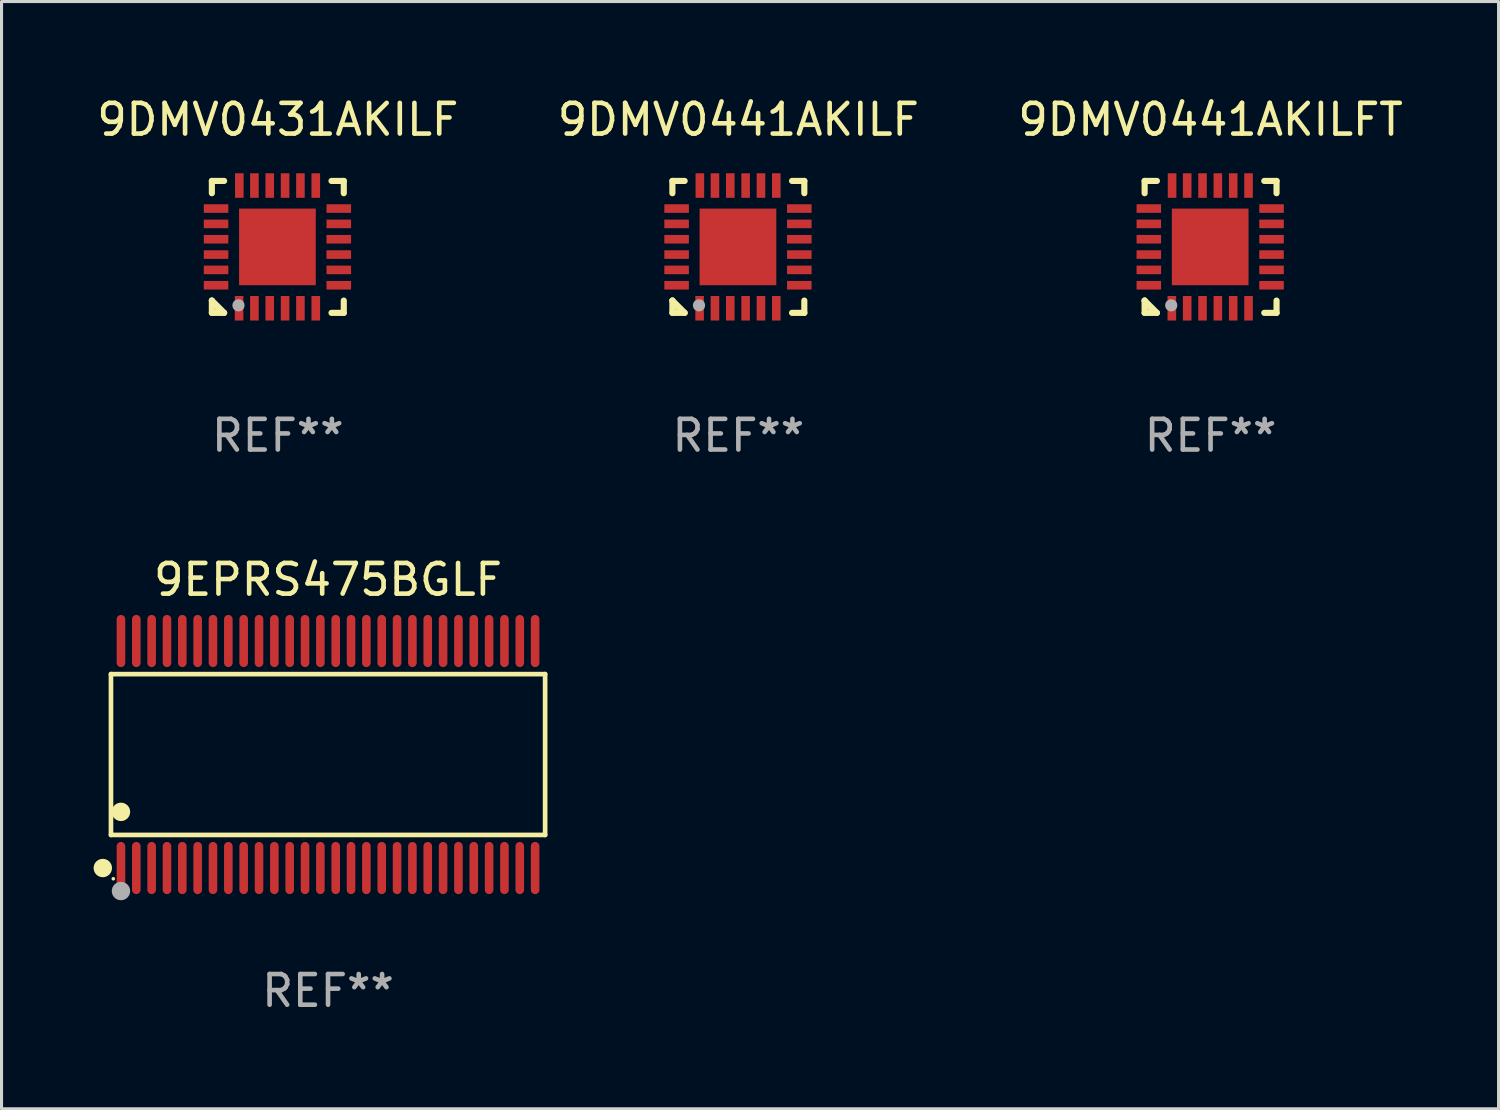
<source format=kicad_pcb>
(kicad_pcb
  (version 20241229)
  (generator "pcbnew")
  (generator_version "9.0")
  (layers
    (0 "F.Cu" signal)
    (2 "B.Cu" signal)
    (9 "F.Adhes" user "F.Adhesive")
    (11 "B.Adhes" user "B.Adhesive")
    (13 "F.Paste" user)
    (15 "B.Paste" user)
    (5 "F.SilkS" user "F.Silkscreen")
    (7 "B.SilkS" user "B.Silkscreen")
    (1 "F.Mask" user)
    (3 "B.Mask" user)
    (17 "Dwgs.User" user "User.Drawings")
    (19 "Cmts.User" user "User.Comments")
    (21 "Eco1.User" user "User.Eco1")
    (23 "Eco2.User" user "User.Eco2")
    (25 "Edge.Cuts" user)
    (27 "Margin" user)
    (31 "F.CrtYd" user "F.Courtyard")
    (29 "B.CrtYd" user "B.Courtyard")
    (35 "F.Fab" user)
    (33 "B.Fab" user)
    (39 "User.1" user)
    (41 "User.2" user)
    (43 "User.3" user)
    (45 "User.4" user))
  (footprint "9DMV0441AKILFT"
    (layer "F.Cu")
    (at 36.411 4.998)
    (property "Reference" "9DMV0441AKILFT" (at 0 -4.15 0) (layer "F.SilkS") (effects (font (size 1 1) (thickness 0.15))))
    (attr through_hole)
    (fp_line (start -2.15 -2.15) (end -1.75 -2.15) (stroke (width 0.2) (type solid)) (layer "F.SilkS"))
    (fp_line (start -2.15 -1.75) (end -2.15 -2.15) (stroke (width 0.2) (type solid)) (layer "F.SilkS"))
    (fp_line (start -2.15 1.75) (end -2.15 1.75) (stroke (width 0.2) (type solid)) (layer "F.SilkS"))
    (fp_line (start -2.15 1.75) (end -1.75 2.15) (stroke (width 0.2) (type solid)) (layer "F.SilkS"))
    (fp_line (start -2.15 2.15) (end -2.15 1.75) (stroke (width 0.2) (type solid)) (layer "F.SilkS"))
    (fp_line (start -1.75 2.15) (end -2.15 2.15) (stroke (width 0.2) (type solid)) (layer "F.SilkS"))
    (fp_line (start 2.15 -2.15) (end 1.75 -2.15) (stroke (width 0.2) (type solid)) (layer "F.SilkS"))
    (fp_line (start 2.15 -1.75) (end 2.15 -2.15) (stroke (width 0.2) (type solid)) (layer "F.SilkS"))
    (fp_line (start 2.15 1.75) (end 2.15 2.15) (stroke (width 0.2) (type solid)) (layer "F.SilkS"))
    (fp_line (start 2.15 2.15) (end 1.75 2.15) (stroke (width 0.2) (type solid)) (layer "F.SilkS"))
    (fp_circle (center -2.013 2) (end -1.983 2) (stroke (width 0.06) (type solid)) (fill no) (layer "F.SilkS"))
    (fp_circle (center -1.283 1.905) (end -1.183 1.905) (stroke (width 0.2) (type solid)) (fill no) (layer "F.Fab"))
    (fp_text user "REF**" (at 0 6.15 0) (layer "F.Fab") (effects (font (size 1 1) (thickness 0.15))))
    (pad "1" smd rect (at -1.263 2 180) (size 0.28 0.8) (layers "F.Cu" "F.Mask" "F.Paste"))
    (pad "2" smd rect (at -0.763 2 180) (size 0.28 0.8) (layers "F.Cu" "F.Mask" "F.Paste"))
    (pad "3" smd rect (at -0.263 2 180) (size 0.28 0.8) (layers "F.Cu" "F.Mask" "F.Paste"))
    (pad "4" smd rect (at 0.237 2 180) (size 0.28 0.8) (layers "F.Cu" "F.Mask" "F.Paste"))
    (pad "5" smd rect (at 0.737 2 180) (size 0.28 0.8) (layers "F.Cu" "F.Mask" "F.Paste"))
    (pad "6" smd rect (at 1.237 2 180) (size 0.28 0.8) (layers "F.Cu" "F.Mask" "F.Paste"))
    (pad "7" smd rect (at 1.987 1.25 90) (size 0.28 0.8) (layers "F.Cu" "F.Mask" "F.Paste"))
    (pad "8" smd rect (at 1.987 0.75 90) (size 0.28 0.8) (layers "F.Cu" "F.Mask" "F.Paste"))
    (pad "9" smd rect (at 1.987 0.25 90) (size 0.28 0.8) (layers "F.Cu" "F.Mask" "F.Paste"))
    (pad "10" smd rect (at 1.987 -0.25 90) (size 0.28 0.8) (layers "F.Cu" "F.Mask" "F.Paste"))
    (pad "11" smd rect (at 1.987 -0.75 90) (size 0.28 0.8) (layers "F.Cu" "F.Mask" "F.Paste"))
    (pad "12" smd rect (at 1.987 -1.25 90) (size 0.28 0.8) (layers "F.Cu" "F.Mask" "F.Paste"))
    (pad "13" smd rect (at 1.237 -2 180) (size 0.28 0.8) (layers "F.Cu" "F.Mask" "F.Paste"))
    (pad "14" smd rect (at 0.737 -2 180) (size 0.28 0.8) (layers "F.Cu" "F.Mask" "F.Paste"))
    (pad "15" smd rect (at 0.237 -2 180) (size 0.28 0.8) (layers "F.Cu" "F.Mask" "F.Paste"))
    (pad "16" smd rect (at -0.263 -2 180) (size 0.28 0.8) (layers "F.Cu" "F.Mask" "F.Paste"))
    (pad "17" smd rect (at -0.763 -2 180) (size 0.28 0.8) (layers "F.Cu" "F.Mask" "F.Paste"))
    (pad "18" smd rect (at -1.255 -2 180) (size 0.28 0.8) (layers "F.Cu" "F.Mask" "F.Paste"))
    (pad "19" smd rect (at -2.013 -1.25 90) (size 0.28 0.8) (layers "F.Cu" "F.Mask" "F.Paste"))
    (pad "20" smd rect (at -2.013 -0.75 90) (size 0.28 0.8) (layers "F.Cu" "F.Mask" "F.Paste"))
    (pad "21" smd rect (at -2.013 -0.25 90) (size 0.28 0.8) (layers "F.Cu" "F.Mask" "F.Paste"))
    (pad "22" smd rect (at -2.013 0.25 90) (size 0.28 0.8) (layers "F.Cu" "F.Mask" "F.Paste"))
    (pad "23" smd rect (at -2.013 0.75 90) (size 0.28 0.8) (layers "F.Cu" "F.Mask" "F.Paste"))
    (pad "24" smd rect (at -2.013 1.25 90) (size 0.28 0.8) (layers "F.Cu" "F.Mask" "F.Paste"))
    (pad "25" smd rect (at -0.013 0 90) (size 2.5 2.5) (layers "F.Cu" "F.Mask" "F.Paste")))
  (footprint "9DMV0441AKILF"
    (layer "F.Cu")
    (at 21.018 4.998)
    (property "Reference" "9DMV0441AKILF" (at 0 -4.15 0) (layer "F.SilkS") (effects (font (size 1 1) (thickness 0.15))))
    (attr through_hole)
    (fp_line (start -2.15 -2.15) (end -1.75 -2.15) (stroke (width 0.2) (type solid)) (layer "F.SilkS"))
    (fp_line (start -2.15 -1.75) (end -2.15 -2.15) (stroke (width 0.2) (type solid)) (layer "F.SilkS"))
    (fp_line (start -2.15 1.75) (end -2.15 1.75) (stroke (width 0.2) (type solid)) (layer "F.SilkS"))
    (fp_line (start -2.15 1.75) (end -1.75 2.15) (stroke (width 0.2) (type solid)) (layer "F.SilkS"))
    (fp_line (start -2.15 2.15) (end -2.15 1.75) (stroke (width 0.2) (type solid)) (layer "F.SilkS"))
    (fp_line (start -1.75 2.15) (end -2.15 2.15) (stroke (width 0.2) (type solid)) (layer "F.SilkS"))
    (fp_line (start 2.15 -2.15) (end 1.75 -2.15) (stroke (width 0.2) (type solid)) (layer "F.SilkS"))
    (fp_line (start 2.15 -1.75) (end 2.15 -2.15) (stroke (width 0.2) (type solid)) (layer "F.SilkS"))
    (fp_line (start 2.15 1.75) (end 2.15 2.15) (stroke (width 0.2) (type solid)) (layer "F.SilkS"))
    (fp_line (start 2.15 2.15) (end 1.75 2.15) (stroke (width 0.2) (type solid)) (layer "F.SilkS"))
    (fp_circle (center -2.013 2) (end -1.983 2) (stroke (width 0.06) (type solid)) (fill no) (layer "F.SilkS"))
    (fp_circle (center -1.283 1.905) (end -1.183 1.905) (stroke (width 0.2) (type solid)) (fill no) (layer "F.Fab"))
    (fp_text user "REF**" (at 0 6.15 0) (layer "F.Fab") (effects (font (size 1 1) (thickness 0.15))))
    (pad "1" smd rect (at -1.263 2 180) (size 0.28 0.8) (layers "F.Cu" "F.Mask" "F.Paste"))
    (pad "2" smd rect (at -0.763 2 180) (size 0.28 0.8) (layers "F.Cu" "F.Mask" "F.Paste"))
    (pad "3" smd rect (at -0.263 2 180) (size 0.28 0.8) (layers "F.Cu" "F.Mask" "F.Paste"))
    (pad "4" smd rect (at 0.237 2 180) (size 0.28 0.8) (layers "F.Cu" "F.Mask" "F.Paste"))
    (pad "5" smd rect (at 0.737 2 180) (size 0.28 0.8) (layers "F.Cu" "F.Mask" "F.Paste"))
    (pad "6" smd rect (at 1.237 2 180) (size 0.28 0.8) (layers "F.Cu" "F.Mask" "F.Paste"))
    (pad "7" smd rect (at 1.987 1.25 90) (size 0.28 0.8) (layers "F.Cu" "F.Mask" "F.Paste"))
    (pad "8" smd rect (at 1.987 0.75 90) (size 0.28 0.8) (layers "F.Cu" "F.Mask" "F.Paste"))
    (pad "9" smd rect (at 1.987 0.25 90) (size 0.28 0.8) (layers "F.Cu" "F.Mask" "F.Paste"))
    (pad "10" smd rect (at 1.987 -0.25 90) (size 0.28 0.8) (layers "F.Cu" "F.Mask" "F.Paste"))
    (pad "11" smd rect (at 1.987 -0.75 90) (size 0.28 0.8) (layers "F.Cu" "F.Mask" "F.Paste"))
    (pad "12" smd rect (at 1.987 -1.25 90) (size 0.28 0.8) (layers "F.Cu" "F.Mask" "F.Paste"))
    (pad "13" smd rect (at 1.237 -2 180) (size 0.28 0.8) (layers "F.Cu" "F.Mask" "F.Paste"))
    (pad "14" smd rect (at 0.737 -2 180) (size 0.28 0.8) (layers "F.Cu" "F.Mask" "F.Paste"))
    (pad "15" smd rect (at 0.237 -2 180) (size 0.28 0.8) (layers "F.Cu" "F.Mask" "F.Paste"))
    (pad "16" smd rect (at -0.263 -2 180) (size 0.28 0.8) (layers "F.Cu" "F.Mask" "F.Paste"))
    (pad "17" smd rect (at -0.763 -2 180) (size 0.28 0.8) (layers "F.Cu" "F.Mask" "F.Paste"))
    (pad "18" smd rect (at -1.255 -2 180) (size 0.28 0.8) (layers "F.Cu" "F.Mask" "F.Paste"))
    (pad "19" smd rect (at -2.013 -1.25 90) (size 0.28 0.8) (layers "F.Cu" "F.Mask" "F.Paste"))
    (pad "20" smd rect (at -2.013 -0.75 90) (size 0.28 0.8) (layers "F.Cu" "F.Mask" "F.Paste"))
    (pad "21" smd rect (at -2.013 -0.25 90) (size 0.28 0.8) (layers "F.Cu" "F.Mask" "F.Paste"))
    (pad "22" smd rect (at -2.013 0.25 90) (size 0.28 0.8) (layers "F.Cu" "F.Mask" "F.Paste"))
    (pad "23" smd rect (at -2.013 0.75 90) (size 0.28 0.8) (layers "F.Cu" "F.Mask" "F.Paste"))
    (pad "24" smd rect (at -2.013 1.25 90) (size 0.28 0.8) (layers "F.Cu" "F.Mask" "F.Paste"))
    (pad "25" smd rect (at -0.013 0 90) (size 2.5 2.5) (layers "F.Cu" "F.Mask" "F.Paste")))
  (footprint "9EPRS475BGLF"
    (layer "F.Cu")
    (at 7.643 21.545)
    (property "Reference" "9EPRS475BGLF" (at 0 -5.7 0) (layer "F.SilkS") (effects (font (size 1 1) (thickness 0.15))))
    (attr through_hole)
    (fp_line (start -7.076 -2.621) (end 7.076 -2.621) (stroke (width 0.152) (type solid)) (layer "F.SilkS"))
    (fp_line (start -7.076 2.621) (end -7.076 -2.621) (stroke (width 0.152) (type solid)) (layer "F.SilkS"))
    (fp_line (start 7.076 -2.621) (end 7.076 2.621) (stroke (width 0.152) (type solid)) (layer "F.SilkS"))
    (fp_line (start 7.076 2.621) (end -7.076 2.621) (stroke (width 0.152) (type solid)) (layer "F.SilkS"))
    (fp_circle (center -7.342 3.7) (end -7.192 3.7) (stroke (width 0.3) (type solid)) (fill no) (layer "F.SilkS"))
    (fp_circle (center -7 4.05) (end -6.97 4.05) (stroke (width 0.06) (type solid)) (fill no) (layer "F.SilkS"))
    (fp_circle (center -6.75 1.869) (end -6.6 1.869) (stroke (width 0.3) (type solid)) (fill no) (layer "F.SilkS"))
    (fp_circle (center -6.75 4.45) (end -6.6 4.45) (stroke (width 0.3) (type solid)) (fill no) (layer "F.Fab"))
    (fp_text user "REF**" (at 0 7.7 0) (layer "F.Fab") (effects (font (size 1 1) (thickness 0.15))))
    (pad "1" smd oval (at -6.75 3.7) (size 0.28 1.7) (layers "F.Cu" "F.Mask" "F.Paste"))
    (pad "2" smd oval (at -6.25 3.7) (size 0.28 1.7) (layers "F.Cu" "F.Mask" "F.Paste"))
    (pad "3" smd oval (at -5.75 3.7) (size 0.28 1.7) (layers "F.Cu" "F.Mask" "F.Paste"))
    (pad "4" smd oval (at -5.25 3.7) (size 0.28 1.7) (layers "F.Cu" "F.Mask" "F.Paste"))
    (pad "5" smd oval (at -4.75 3.7) (size 0.28 1.7) (layers "F.Cu" "F.Mask" "F.Paste"))
    (pad "6" smd oval (at -4.25 3.7) (size 0.28 1.7) (layers "F.Cu" "F.Mask" "F.Paste"))
    (pad "7" smd oval (at -3.75 3.7) (size 0.28 1.7) (layers "F.Cu" "F.Mask" "F.Paste"))
    (pad "8" smd oval (at -3.25 3.7) (size 0.28 1.7) (layers "F.Cu" "F.Mask" "F.Paste"))
    (pad "9" smd oval (at -2.75 3.7) (size 0.28 1.7) (layers "F.Cu" "F.Mask" "F.Paste"))
    (pad "10" smd oval (at -2.25 3.7) (size 0.28 1.7) (layers "F.Cu" "F.Mask" "F.Paste"))
    (pad "11" smd oval (at -1.75 3.7) (size 0.28 1.7) (layers "F.Cu" "F.Mask" "F.Paste"))
    (pad "12" smd oval (at -1.25 3.7) (size 0.28 1.7) (layers "F.Cu" "F.Mask" "F.Paste"))
    (pad "13" smd oval (at -0.75 3.7) (size 0.28 1.7) (layers "F.Cu" "F.Mask" "F.Paste"))
    (pad "14" smd oval (at -0.25 3.7) (size 0.28 1.7) (layers "F.Cu" "F.Mask" "F.Paste"))
    (pad "15" smd oval (at 0.25 3.7) (size 0.28 1.7) (layers "F.Cu" "F.Mask" "F.Paste"))
    (pad "16" smd oval (at 0.75 3.7) (size 0.28 1.7) (layers "F.Cu" "F.Mask" "F.Paste"))
    (pad "17" smd oval (at 1.25 3.7) (size 0.28 1.7) (layers "F.Cu" "F.Mask" "F.Paste"))
    (pad "18" smd oval (at 1.75 3.7) (size 0.28 1.7) (layers "F.Cu" "F.Mask" "F.Paste"))
    (pad "19" smd oval (at 2.25 3.7) (size 0.28 1.7) (layers "F.Cu" "F.Mask" "F.Paste"))
    (pad "20" smd oval (at 2.75 3.7) (size 0.28 1.7) (layers "F.Cu" "F.Mask" "F.Paste"))
    (pad "21" smd oval (at 3.25 3.7) (size 0.28 1.7) (layers "F.Cu" "F.Mask" "F.Paste"))
    (pad "22" smd oval (at 3.75 3.7) (size 0.28 1.7) (layers "F.Cu" "F.Mask" "F.Paste"))
    (pad "23" smd oval (at 4.25 3.7) (size 0.28 1.7) (layers "F.Cu" "F.Mask" "F.Paste"))
    (pad "24" smd oval (at 4.75 3.7) (size 0.28 1.7) (layers "F.Cu" "F.Mask" "F.Paste"))
    (pad "25" smd oval (at 5.25 3.7) (size 0.28 1.7) (layers "F.Cu" "F.Mask" "F.Paste"))
    (pad "26" smd oval (at 5.75 3.7) (size 0.28 1.7) (layers "F.Cu" "F.Mask" "F.Paste"))
    (pad "27" smd oval (at 6.25 3.7) (size 0.28 1.7) (layers "F.Cu" "F.Mask" "F.Paste"))
    (pad "28" smd oval (at 6.75 3.7) (size 0.28 1.7) (layers "F.Cu" "F.Mask" "F.Paste"))
    (pad "29" smd oval (at 6.75 -3.7) (size 0.28 1.7) (layers "F.Cu" "F.Mask" "F.Paste"))
    (pad "30" smd oval (at 6.25 -3.7) (size 0.28 1.7) (layers "F.Cu" "F.Mask" "F.Paste"))
    (pad "31" smd oval (at 5.75 -3.7) (size 0.28 1.7) (layers "F.Cu" "F.Mask" "F.Paste"))
    (pad "32" smd oval (at 5.25 -3.7) (size 0.28 1.7) (layers "F.Cu" "F.Mask" "F.Paste"))
    (pad "33" smd oval (at 4.75 -3.7) (size 0.28 1.7) (layers "F.Cu" "F.Mask" "F.Paste"))
    (pad "34" smd oval (at 4.25 -3.7) (size 0.28 1.7) (layers "F.Cu" "F.Mask" "F.Paste"))
    (pad "35" smd oval (at 3.75 -3.7) (size 0.28 1.7) (layers "F.Cu" "F.Mask" "F.Paste"))
    (pad "36" smd oval (at 3.25 -3.7) (size 0.28 1.7) (layers "F.Cu" "F.Mask" "F.Paste"))
    (pad "37" smd oval (at 2.75 -3.7) (size 0.28 1.7) (layers "F.Cu" "F.Mask" "F.Paste"))
    (pad "38" smd oval (at 2.25 -3.7) (size 0.28 1.7) (layers "F.Cu" "F.Mask" "F.Paste"))
    (pad "39" smd oval (at 1.75 -3.7) (size 0.28 1.7) (layers "F.Cu" "F.Mask" "F.Paste"))
    (pad "40" smd oval (at 1.25 -3.7) (size 0.28 1.7) (layers "F.Cu" "F.Mask" "F.Paste"))
    (pad "41" smd oval (at 0.75 -3.7) (size 0.28 1.7) (layers "F.Cu" "F.Mask" "F.Paste"))
    (pad "42" smd oval (at 0.25 -3.7) (size 0.28 1.7) (layers "F.Cu" "F.Mask" "F.Paste"))
    (pad "43" smd oval (at -0.25 -3.7) (size 0.28 1.7) (layers "F.Cu" "F.Mask" "F.Paste"))
    (pad "44" smd oval (at -0.75 -3.7) (size 0.28 1.7) (layers "F.Cu" "F.Mask" "F.Paste"))
    (pad "45" smd oval (at -1.25 -3.7) (size 0.28 1.7) (layers "F.Cu" "F.Mask" "F.Paste"))
    (pad "46" smd oval (at -1.75 -3.7) (size 0.28 1.7) (layers "F.Cu" "F.Mask" "F.Paste"))
    (pad "47" smd oval (at -2.25 -3.7) (size 0.28 1.7) (layers "F.Cu" "F.Mask" "F.Paste"))
    (pad "48" smd oval (at -2.75 -3.7) (size 0.28 1.7) (layers "F.Cu" "F.Mask" "F.Paste"))
    (pad "49" smd oval (at -3.25 -3.7) (size 0.28 1.7) (layers "F.Cu" "F.Mask" "F.Paste"))
    (pad "50" smd oval (at -3.75 -3.7) (size 0.28 1.7) (layers "F.Cu" "F.Mask" "F.Paste"))
    (pad "51" smd oval (at -4.25 -3.7) (size 0.28 1.7) (layers "F.Cu" "F.Mask" "F.Paste"))
    (pad "52" smd oval (at -4.75 -3.7) (size 0.28 1.7) (layers "F.Cu" "F.Mask" "F.Paste"))
    (pad "53" smd oval (at -5.25 -3.7) (size 0.28 1.7) (layers "F.Cu" "F.Mask" "F.Paste"))
    (pad "54" smd oval (at -5.75 -3.7) (size 0.28 1.7) (layers "F.Cu" "F.Mask" "F.Paste"))
    (pad "55" smd oval (at -6.25 -3.7) (size 0.28 1.7) (layers "F.Cu" "F.Mask" "F.Paste"))
    (pad "56" smd oval (at -6.75 -3.7) (size 0.28 1.7) (layers "F.Cu" "F.Mask" "F.Paste")))
  (footprint "9DMV0431AKILF"
    (layer "F.Cu")
    (at 6.006 4.998)
    (property "Reference" "9DMV0431AKILF" (at 0 -4.15 0) (layer "F.SilkS") (effects (font (size 1 1) (thickness 0.15))))
    (attr through_hole)
    (fp_line (start -2.15 -2.15) (end -1.75 -2.15) (stroke (width 0.2) (type solid)) (layer "F.SilkS"))
    (fp_line (start -2.15 -1.75) (end -2.15 -2.15) (stroke (width 0.2) (type solid)) (layer "F.SilkS"))
    (fp_line (start -2.15 1.75) (end -2.15 1.75) (stroke (width 0.2) (type solid)) (layer "F.SilkS"))
    (fp_line (start -2.15 1.75) (end -1.75 2.15) (stroke (width 0.2) (type solid)) (layer "F.SilkS"))
    (fp_line (start -2.15 2.15) (end -2.15 1.75) (stroke (width 0.2) (type solid)) (layer "F.SilkS"))
    (fp_line (start -1.75 2.15) (end -2.15 2.15) (stroke (width 0.2) (type solid)) (layer "F.SilkS"))
    (fp_line (start 2.15 -2.15) (end 1.75 -2.15) (stroke (width 0.2) (type solid)) (layer "F.SilkS"))
    (fp_line (start 2.15 -1.75) (end 2.15 -2.15) (stroke (width 0.2) (type solid)) (layer "F.SilkS"))
    (fp_line (start 2.15 1.75) (end 2.15 2.15) (stroke (width 0.2) (type solid)) (layer "F.SilkS"))
    (fp_line (start 2.15 2.15) (end 1.75 2.15) (stroke (width 0.2) (type solid)) (layer "F.SilkS"))
    (fp_circle (center -2.013 2) (end -1.983 2) (stroke (width 0.06) (type solid)) (fill no) (layer "F.SilkS"))
    (fp_circle (center -1.283 1.905) (end -1.183 1.905) (stroke (width 0.2) (type solid)) (fill no) (layer "F.Fab"))
    (fp_text user "REF**" (at 0 6.15 0) (layer "F.Fab") (effects (font (size 1 1) (thickness 0.15))))
    (pad "1" smd rect (at -1.263 2 180) (size 0.28 0.8) (layers "F.Cu" "F.Mask" "F.Paste"))
    (pad "2" smd rect (at -0.763 2 180) (size 0.28 0.8) (layers "F.Cu" "F.Mask" "F.Paste"))
    (pad "3" smd rect (at -0.263 2 180) (size 0.28 0.8) (layers "F.Cu" "F.Mask" "F.Paste"))
    (pad "4" smd rect (at 0.237 2 180) (size 0.28 0.8) (layers "F.Cu" "F.Mask" "F.Paste"))
    (pad "5" smd rect (at 0.737 2 180) (size 0.28 0.8) (layers "F.Cu" "F.Mask" "F.Paste"))
    (pad "6" smd rect (at 1.237 2 180) (size 0.28 0.8) (layers "F.Cu" "F.Mask" "F.Paste"))
    (pad "7" smd rect (at 1.987 1.25 90) (size 0.28 0.8) (layers "F.Cu" "F.Mask" "F.Paste"))
    (pad "8" smd rect (at 1.987 0.75 90) (size 0.28 0.8) (layers "F.Cu" "F.Mask" "F.Paste"))
    (pad "9" smd rect (at 1.987 0.25 90) (size 0.28 0.8) (layers "F.Cu" "F.Mask" "F.Paste"))
    (pad "10" smd rect (at 1.987 -0.25 90) (size 0.28 0.8) (layers "F.Cu" "F.Mask" "F.Paste"))
    (pad "11" smd rect (at 1.987 -0.75 90) (size 0.28 0.8) (layers "F.Cu" "F.Mask" "F.Paste"))
    (pad "12" smd rect (at 1.987 -1.25 90) (size 0.28 0.8) (layers "F.Cu" "F.Mask" "F.Paste"))
    (pad "13" smd rect (at 1.237 -2 180) (size 0.28 0.8) (layers "F.Cu" "F.Mask" "F.Paste"))
    (pad "14" smd rect (at 0.737 -2 180) (size 0.28 0.8) (layers "F.Cu" "F.Mask" "F.Paste"))
    (pad "15" smd rect (at 0.237 -2 180) (size 0.28 0.8) (layers "F.Cu" "F.Mask" "F.Paste"))
    (pad "16" smd rect (at -0.263 -2 180) (size 0.28 0.8) (layers "F.Cu" "F.Mask" "F.Paste"))
    (pad "17" smd rect (at -0.763 -2 180) (size 0.28 0.8) (layers "F.Cu" "F.Mask" "F.Paste"))
    (pad "18" smd rect (at -1.255 -2 180) (size 0.28 0.8) (layers "F.Cu" "F.Mask" "F.Paste"))
    (pad "19" smd rect (at -2.013 -1.25 90) (size 0.28 0.8) (layers "F.Cu" "F.Mask" "F.Paste"))
    (pad "20" smd rect (at -2.013 -0.75 90) (size 0.28 0.8) (layers "F.Cu" "F.Mask" "F.Paste"))
    (pad "21" smd rect (at -2.013 -0.25 90) (size 0.28 0.8) (layers "F.Cu" "F.Mask" "F.Paste"))
    (pad "22" smd rect (at -2.013 0.25 90) (size 0.28 0.8) (layers "F.Cu" "F.Mask" "F.Paste"))
    (pad "23" smd rect (at -2.013 0.75 90) (size 0.28 0.8) (layers "F.Cu" "F.Mask" "F.Paste"))
    (pad "24" smd rect (at -2.013 1.25 90) (size 0.28 0.8) (layers "F.Cu" "F.Mask" "F.Paste"))
    (pad "25" smd rect (at -0.013 0 90) (size 2.5 2.5) (layers "F.Cu" "F.Mask" "F.Paste")))
  (gr_rect
    (start -3 -3)
    (end 45.798 33.093)
    (stroke (width 0.1) (type default))
    (fill no)
    (layer "Edge.Cuts")))
</source>
